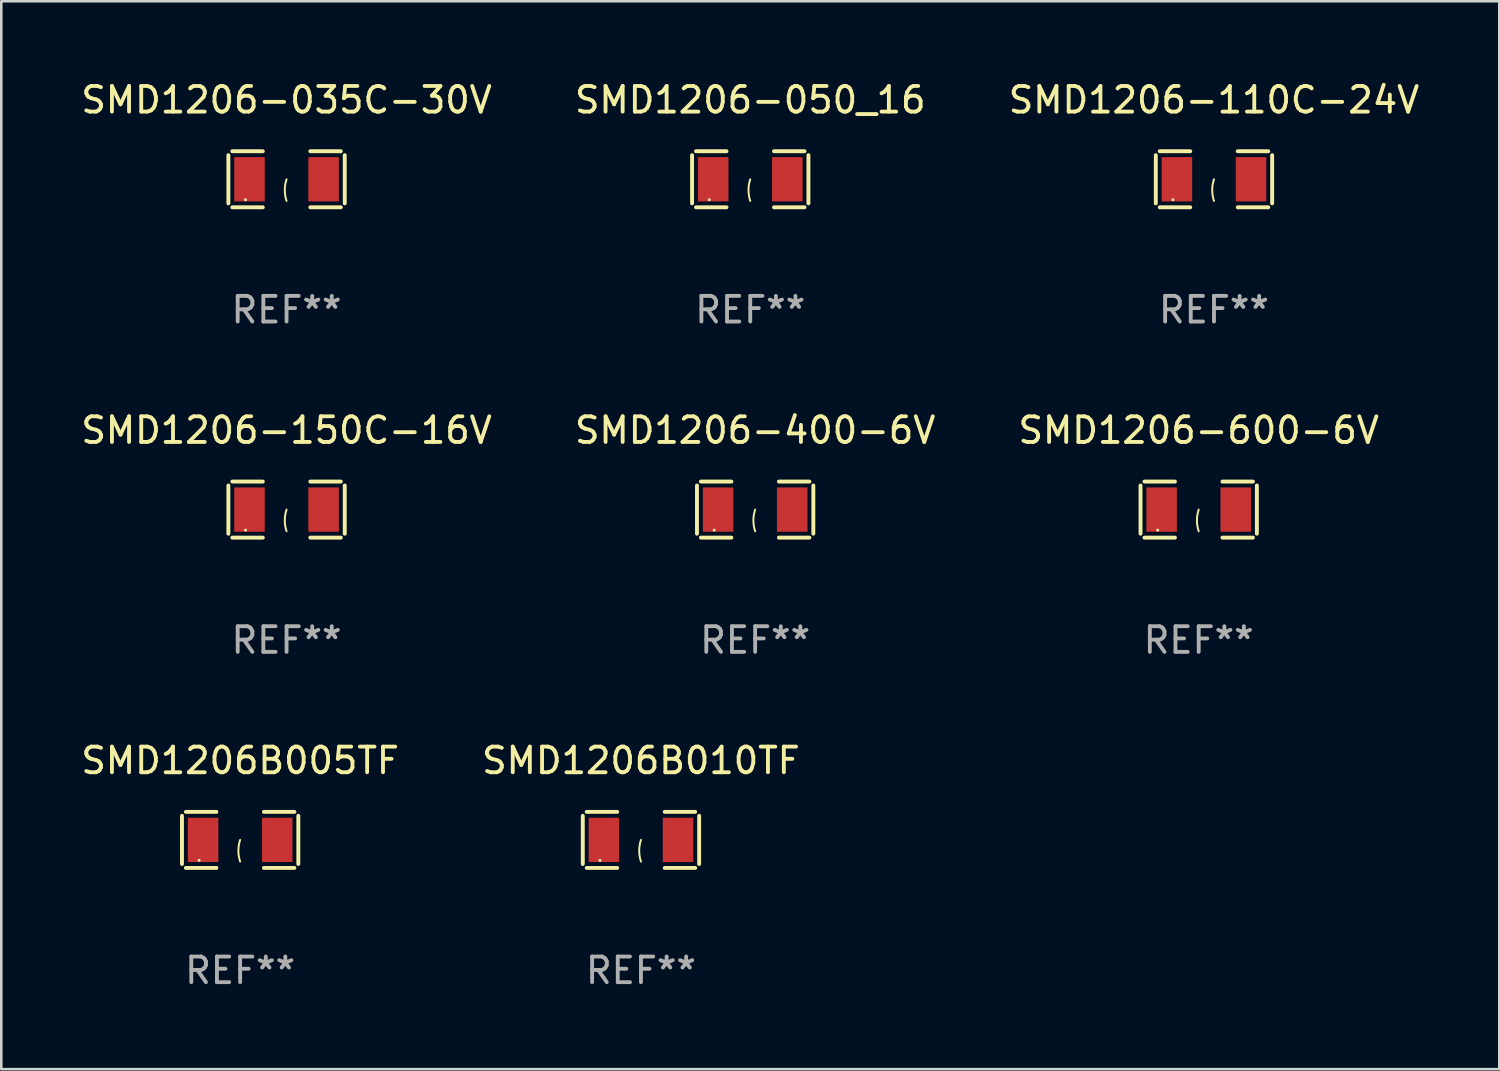
<source format=kicad_pcb>
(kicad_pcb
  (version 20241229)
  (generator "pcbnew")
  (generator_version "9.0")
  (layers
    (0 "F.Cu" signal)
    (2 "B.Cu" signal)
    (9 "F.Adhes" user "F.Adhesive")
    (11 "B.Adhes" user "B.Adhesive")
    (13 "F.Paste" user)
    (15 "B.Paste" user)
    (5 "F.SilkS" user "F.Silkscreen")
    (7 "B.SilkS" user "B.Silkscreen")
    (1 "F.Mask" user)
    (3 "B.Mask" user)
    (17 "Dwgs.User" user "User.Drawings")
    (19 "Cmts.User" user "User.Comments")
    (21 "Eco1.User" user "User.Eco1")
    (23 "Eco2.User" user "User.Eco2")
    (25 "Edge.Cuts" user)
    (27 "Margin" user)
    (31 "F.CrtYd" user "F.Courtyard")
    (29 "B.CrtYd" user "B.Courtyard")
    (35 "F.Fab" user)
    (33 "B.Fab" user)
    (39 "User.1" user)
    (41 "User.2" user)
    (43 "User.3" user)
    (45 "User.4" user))
  (footprint "SMD1206B005TF"
    (layer "F.Cu")
    (at 6.315 29.704)
    (property "Reference" "SMD1206B005TF" (at 0 -3.093 0) (layer "F.SilkS") (effects (font (size 1 1) (thickness 0.15))))
    (attr through_hole)
    (fp_line (start -2.269 -0.94) (end -2.269 0.94) (stroke (width 0.152) (type solid)) (layer "F.SilkS"))
    (fp_line (start -2.116 1.093) (end -0.926 1.093) (stroke (width 0.152) (type solid)) (layer "F.SilkS"))
    (fp_line (start -0.926 -1.093) (end -2.116 -1.093) (stroke (width 0.152) (type solid)) (layer "F.SilkS"))
    (fp_line (start 0.926 -1.093) (end 2.116 -1.093) (stroke (width 0.152) (type solid)) (layer "F.SilkS"))
    (fp_line (start 2.116 1.093) (end 0.926 1.093) (stroke (width 0.152) (type solid)) (layer "F.SilkS"))
    (fp_line (start 2.269 -0.94) (end 2.269 0.94) (stroke (width 0.152) (type solid)) (layer "F.SilkS"))
    (fp_arc (start 0 0.844951) (mid -0.068559 0.422475) (end 0 0) (stroke (width 0.0762) (type solid)) (layer "F.SilkS"))
    (fp_circle (center -1.6 0.8) (end -1.57 0.8) (stroke (width 0.06) (type solid)) (fill no) (layer "F.SilkS"))
    (fp_text user "REF**" (at 0 5.093 0) (layer "F.Fab") (effects (font (size 1 1) (thickness 0.15))))
    (pad "1" smd rect (at -1.445 0) (size 1.19 1.728) (layers "F.Cu" "F.Mask" "F.Paste"))
    (pad "2" smd rect (at 1.445 0) (size 1.19 1.728) (layers "F.Cu" "F.Mask" "F.Paste")))
  (footprint "SMD1206-110C-24V"
    (layer "F.Cu")
    (at 44.292 3.941)
    (property "Reference" "SMD1206-110C-24V" (at 0 -3.093 0) (layer "F.SilkS") (effects (font (size 1 1) (thickness 0.15))))
    (attr through_hole)
    (fp_line (start -2.269 -0.94) (end -2.269 0.94) (stroke (width 0.152) (type solid)) (layer "F.SilkS"))
    (fp_line (start -2.116 1.093) (end -0.926 1.093) (stroke (width 0.152) (type solid)) (layer "F.SilkS"))
    (fp_line (start -0.926 -1.093) (end -2.116 -1.093) (stroke (width 0.152) (type solid)) (layer "F.SilkS"))
    (fp_line (start 0.926 -1.093) (end 2.116 -1.093) (stroke (width 0.152) (type solid)) (layer "F.SilkS"))
    (fp_line (start 2.116 1.093) (end 0.926 1.093) (stroke (width 0.152) (type solid)) (layer "F.SilkS"))
    (fp_line (start 2.269 -0.94) (end 2.269 0.94) (stroke (width 0.152) (type solid)) (layer "F.SilkS"))
    (fp_arc (start 0 0.844951) (mid -0.068559 0.422475) (end 0 0) (stroke (width 0.0762) (type solid)) (layer "F.SilkS"))
    (fp_circle (center -1.6 0.8) (end -1.57 0.8) (stroke (width 0.06) (type solid)) (fill no) (layer "F.SilkS"))
    (fp_text user "REF**" (at 0 5.093 0) (layer "F.Fab") (effects (font (size 1 1) (thickness 0.15))))
    (pad "1" smd rect (at -1.445 0) (size 1.19 1.728) (layers "F.Cu" "F.Mask" "F.Paste"))
    (pad "2" smd rect (at 1.445 0) (size 1.19 1.728) (layers "F.Cu" "F.Mask" "F.Paste")))
  (footprint "SMD1206-150C-16V"
    (layer "F.Cu")
    (at 8.125 16.823)
    (property "Reference" "SMD1206-150C-16V" (at 0 -3.093 0) (layer "F.SilkS") (effects (font (size 1 1) (thickness 0.15))))
    (attr through_hole)
    (fp_line (start -2.269 -0.94) (end -2.269 0.94) (stroke (width 0.152) (type solid)) (layer "F.SilkS"))
    (fp_line (start -2.116 1.093) (end -0.926 1.093) (stroke (width 0.152) (type solid)) (layer "F.SilkS"))
    (fp_line (start -0.926 -1.093) (end -2.116 -1.093) (stroke (width 0.152) (type solid)) (layer "F.SilkS"))
    (fp_line (start 0.926 -1.093) (end 2.116 -1.093) (stroke (width 0.152) (type solid)) (layer "F.SilkS"))
    (fp_line (start 2.116 1.093) (end 0.926 1.093) (stroke (width 0.152) (type solid)) (layer "F.SilkS"))
    (fp_line (start 2.269 -0.94) (end 2.269 0.94) (stroke (width 0.152) (type solid)) (layer "F.SilkS"))
    (fp_arc (start 0 0.844951) (mid -0.068559 0.422475) (end 0 0) (stroke (width 0.0762) (type solid)) (layer "F.SilkS"))
    (fp_circle (center -1.6 0.8) (end -1.57 0.8) (stroke (width 0.06) (type solid)) (fill no) (layer "F.SilkS"))
    (fp_text user "REF**" (at 0 5.093 0) (layer "F.Fab") (effects (font (size 1 1) (thickness 0.15))))
    (pad "1" smd rect (at -1.445 0) (size 1.19 1.728) (layers "F.Cu" "F.Mask" "F.Paste"))
    (pad "2" smd rect (at 1.445 0) (size 1.19 1.728) (layers "F.Cu" "F.Mask" "F.Paste")))
  (footprint "SMD1206-600-6V"
    (layer "F.Cu")
    (at 43.696 16.823)
    (property "Reference" "SMD1206-600-6V" (at 0 -3.093 0) (layer "F.SilkS") (effects (font (size 1 1) (thickness 0.15))))
    (attr through_hole)
    (fp_line (start -2.269 -0.94) (end -2.269 0.94) (stroke (width 0.152) (type solid)) (layer "F.SilkS"))
    (fp_line (start -2.116 1.093) (end -0.926 1.093) (stroke (width 0.152) (type solid)) (layer "F.SilkS"))
    (fp_line (start -0.926 -1.093) (end -2.116 -1.093) (stroke (width 0.152) (type solid)) (layer "F.SilkS"))
    (fp_line (start 0.926 -1.093) (end 2.116 -1.093) (stroke (width 0.152) (type solid)) (layer "F.SilkS"))
    (fp_line (start 2.116 1.093) (end 0.926 1.093) (stroke (width 0.152) (type solid)) (layer "F.SilkS"))
    (fp_line (start 2.269 -0.94) (end 2.269 0.94) (stroke (width 0.152) (type solid)) (layer "F.SilkS"))
    (fp_arc (start 0 0.844951) (mid -0.068559 0.422475) (end 0 0) (stroke (width 0.0762) (type solid)) (layer "F.SilkS"))
    (fp_circle (center -1.6 0.8) (end -1.57 0.8) (stroke (width 0.06) (type solid)) (fill no) (layer "F.SilkS"))
    (fp_text user "REF**" (at 0 5.093 0) (layer "F.Fab") (effects (font (size 1 1) (thickness 0.15))))
    (pad "1" smd rect (at -1.445 0) (size 1.19 1.728) (layers "F.Cu" "F.Mask" "F.Paste"))
    (pad "2" smd rect (at 1.445 0) (size 1.19 1.728) (layers "F.Cu" "F.Mask" "F.Paste")))
  (footprint "SMD1206B010TF"
    (layer "F.Cu")
    (at 21.946 29.704)
    (property "Reference" "SMD1206B010TF" (at 0 -3.093 0) (layer "F.SilkS") (effects (font (size 1 1) (thickness 0.15))))
    (attr through_hole)
    (fp_line (start -2.269 -0.94) (end -2.269 0.94) (stroke (width 0.152) (type solid)) (layer "F.SilkS"))
    (fp_line (start -2.116 1.093) (end -0.926 1.093) (stroke (width 0.152) (type solid)) (layer "F.SilkS"))
    (fp_line (start -0.926 -1.093) (end -2.116 -1.093) (stroke (width 0.152) (type solid)) (layer "F.SilkS"))
    (fp_line (start 0.926 -1.093) (end 2.116 -1.093) (stroke (width 0.152) (type solid)) (layer "F.SilkS"))
    (fp_line (start 2.116 1.093) (end 0.926 1.093) (stroke (width 0.152) (type solid)) (layer "F.SilkS"))
    (fp_line (start 2.269 -0.94) (end 2.269 0.94) (stroke (width 0.152) (type solid)) (layer "F.SilkS"))
    (fp_arc (start 0 0.844951) (mid -0.068559 0.422475) (end 0 0) (stroke (width 0.0762) (type solid)) (layer "F.SilkS"))
    (fp_circle (center -1.6 0.8) (end -1.57 0.8) (stroke (width 0.06) (type solid)) (fill no) (layer "F.SilkS"))
    (fp_text user "REF**" (at 0 5.093 0) (layer "F.Fab") (effects (font (size 1 1) (thickness 0.15))))
    (pad "1" smd rect (at -1.445 0) (size 1.19 1.728) (layers "F.Cu" "F.Mask" "F.Paste"))
    (pad "2" smd rect (at 1.445 0) (size 1.19 1.728) (layers "F.Cu" "F.Mask" "F.Paste")))
  (footprint "SMD1206-400-6V"
    (layer "F.Cu")
    (at 26.399 16.823)
    (property "Reference" "SMD1206-400-6V" (at 0 -3.093 0) (layer "F.SilkS") (effects (font (size 1 1) (thickness 0.15))))
    (attr through_hole)
    (fp_line (start -2.269 -0.94) (end -2.269 0.94) (stroke (width 0.152) (type solid)) (layer "F.SilkS"))
    (fp_line (start -2.116 1.093) (end -0.926 1.093) (stroke (width 0.152) (type solid)) (layer "F.SilkS"))
    (fp_line (start -0.926 -1.093) (end -2.116 -1.093) (stroke (width 0.152) (type solid)) (layer "F.SilkS"))
    (fp_line (start 0.926 -1.093) (end 2.116 -1.093) (stroke (width 0.152) (type solid)) (layer "F.SilkS"))
    (fp_line (start 2.116 1.093) (end 0.926 1.093) (stroke (width 0.152) (type solid)) (layer "F.SilkS"))
    (fp_line (start 2.269 -0.94) (end 2.269 0.94) (stroke (width 0.152) (type solid)) (layer "F.SilkS"))
    (fp_arc (start 0 0.844951) (mid -0.068559 0.422475) (end 0 0) (stroke (width 0.0762) (type solid)) (layer "F.SilkS"))
    (fp_circle (center -1.6 0.8) (end -1.57 0.8) (stroke (width 0.06) (type solid)) (fill no) (layer "F.SilkS"))
    (fp_text user "REF**" (at 0 5.093 0) (layer "F.Fab") (effects (font (size 1 1) (thickness 0.15))))
    (pad "1" smd rect (at -1.445 0) (size 1.19 1.728) (layers "F.Cu" "F.Mask" "F.Paste"))
    (pad "2" smd rect (at 1.445 0) (size 1.19 1.728) (layers "F.Cu" "F.Mask" "F.Paste")))
  (footprint "SMD1206-035C-30V"
    (layer "F.Cu")
    (at 8.125 3.941)
    (property "Reference" "SMD1206-035C-30V" (at 0 -3.093 0) (layer "F.SilkS") (effects (font (size 1 1) (thickness 0.15))))
    (attr through_hole)
    (fp_line (start -2.269 -0.94) (end -2.269 0.94) (stroke (width 0.152) (type solid)) (layer "F.SilkS"))
    (fp_line (start -2.116 1.093) (end -0.926 1.093) (stroke (width 0.152) (type solid)) (layer "F.SilkS"))
    (fp_line (start -0.926 -1.093) (end -2.116 -1.093) (stroke (width 0.152) (type solid)) (layer "F.SilkS"))
    (fp_line (start 0.926 -1.093) (end 2.116 -1.093) (stroke (width 0.152) (type solid)) (layer "F.SilkS"))
    (fp_line (start 2.116 1.093) (end 0.926 1.093) (stroke (width 0.152) (type solid)) (layer "F.SilkS"))
    (fp_line (start 2.269 -0.94) (end 2.269 0.94) (stroke (width 0.152) (type solid)) (layer "F.SilkS"))
    (fp_arc (start 0 0.844951) (mid -0.068559 0.422475) (end 0 0) (stroke (width 0.0762) (type solid)) (layer "F.SilkS"))
    (fp_circle (center -1.6 0.8) (end -1.57 0.8) (stroke (width 0.06) (type solid)) (fill no) (layer "F.SilkS"))
    (fp_text user "REF**" (at 0 5.093 0) (layer "F.Fab") (effects (font (size 1 1) (thickness 0.15))))
    (pad "1" smd rect (at -1.445 0) (size 1.19 1.728) (layers "F.Cu" "F.Mask" "F.Paste"))
    (pad "2" smd rect (at 1.445 0) (size 1.19 1.728) (layers "F.Cu" "F.Mask" "F.Paste")))
  (footprint "SMD1206-050_16"
    (layer "F.Cu")
    (at 26.208 3.941)
    (property "Reference" "SMD1206-050_16" (at 0 -3.093 0) (layer "F.SilkS") (effects (font (size 1 1) (thickness 0.15))))
    (attr through_hole)
    (fp_line (start -2.269 -0.94) (end -2.269 0.94) (stroke (width 0.152) (type solid)) (layer "F.SilkS"))
    (fp_line (start -2.116 1.093) (end -0.926 1.093) (stroke (width 0.152) (type solid)) (layer "F.SilkS"))
    (fp_line (start -0.926 -1.093) (end -2.116 -1.093) (stroke (width 0.152) (type solid)) (layer "F.SilkS"))
    (fp_line (start 0.926 -1.093) (end 2.116 -1.093) (stroke (width 0.152) (type solid)) (layer "F.SilkS"))
    (fp_line (start 2.116 1.093) (end 0.926 1.093) (stroke (width 0.152) (type solid)) (layer "F.SilkS"))
    (fp_line (start 2.269 -0.94) (end 2.269 0.94) (stroke (width 0.152) (type solid)) (layer "F.SilkS"))
    (fp_arc (start 0 0.844951) (mid -0.068559 0.422475) (end 0 0) (stroke (width 0.0762) (type solid)) (layer "F.SilkS"))
    (fp_circle (center -1.6 0.8) (end -1.57 0.8) (stroke (width 0.06) (type solid)) (fill no) (layer "F.SilkS"))
    (fp_text user "REF**" (at 0 5.093 0) (layer "F.Fab") (effects (font (size 1 1) (thickness 0.15))))
    (pad "1" smd rect (at -1.445 0) (size 1.19 1.728) (layers "F.Cu" "F.Mask" "F.Paste"))
    (pad "2" smd rect (at 1.445 0) (size 1.19 1.728) (layers "F.Cu" "F.Mask" "F.Paste")))
  (gr_rect
    (start -3 -3)
    (end 55.417 38.645)
    (stroke (width 0.1) (type default))
    (fill no)
    (layer "Edge.Cuts")))
</source>
